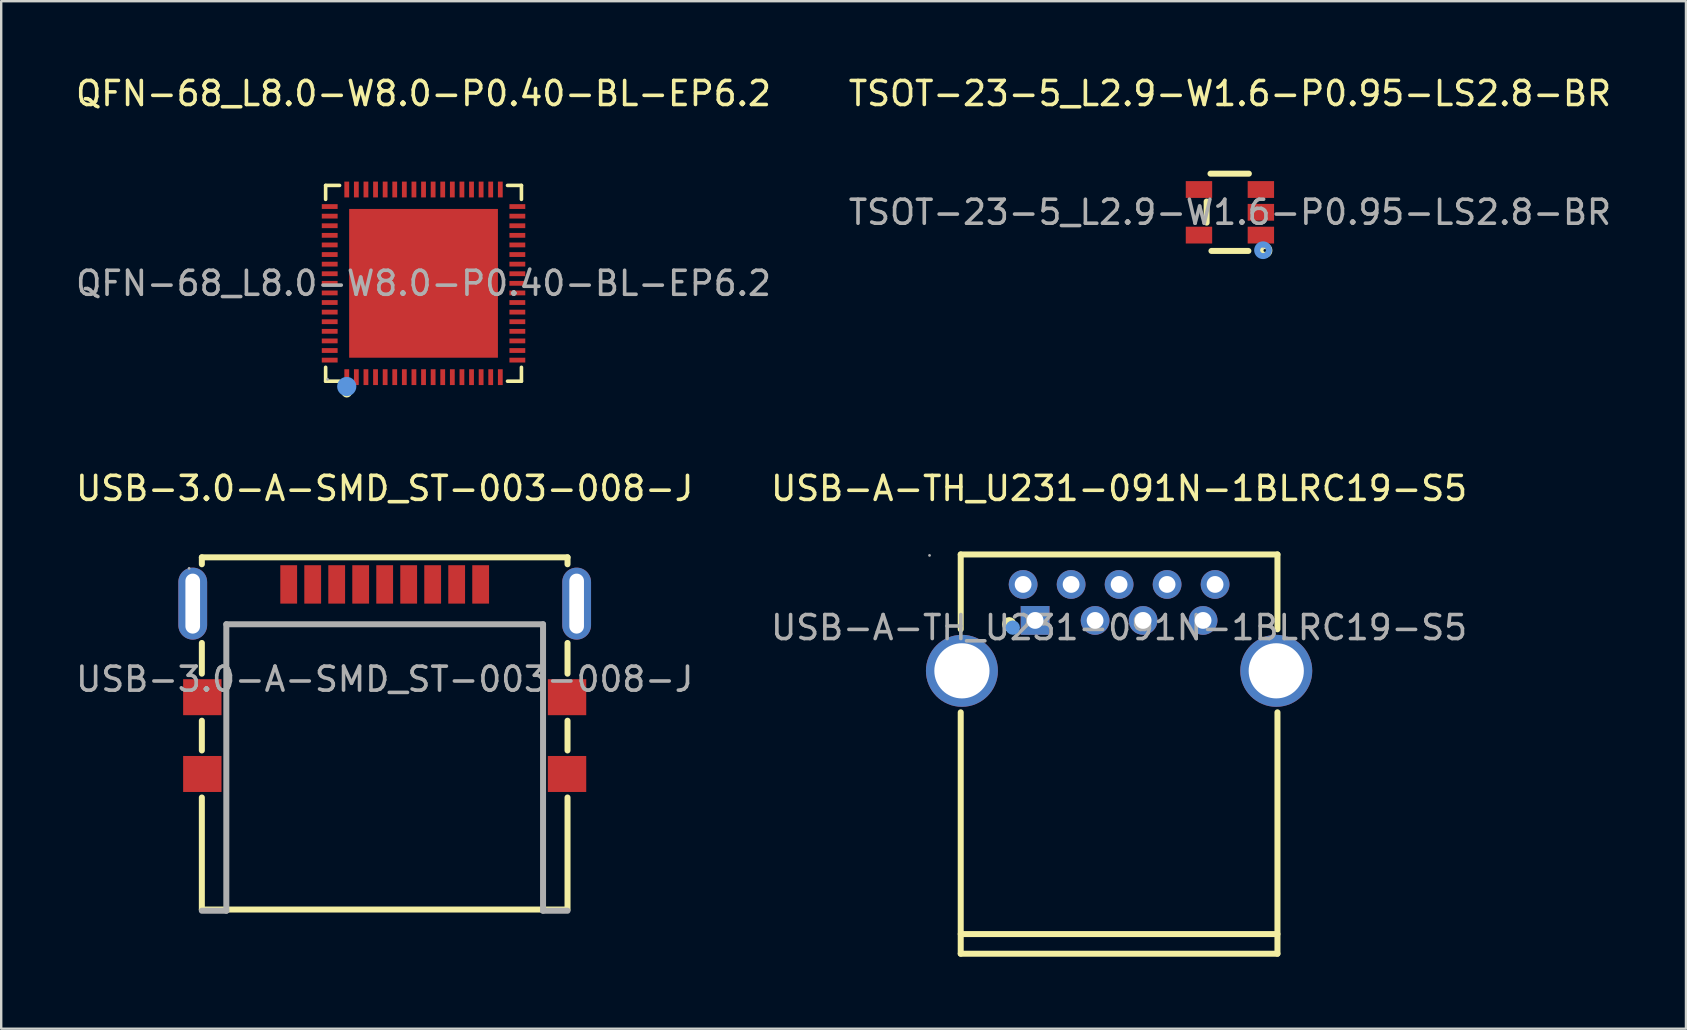
<source format=kicad_pcb>
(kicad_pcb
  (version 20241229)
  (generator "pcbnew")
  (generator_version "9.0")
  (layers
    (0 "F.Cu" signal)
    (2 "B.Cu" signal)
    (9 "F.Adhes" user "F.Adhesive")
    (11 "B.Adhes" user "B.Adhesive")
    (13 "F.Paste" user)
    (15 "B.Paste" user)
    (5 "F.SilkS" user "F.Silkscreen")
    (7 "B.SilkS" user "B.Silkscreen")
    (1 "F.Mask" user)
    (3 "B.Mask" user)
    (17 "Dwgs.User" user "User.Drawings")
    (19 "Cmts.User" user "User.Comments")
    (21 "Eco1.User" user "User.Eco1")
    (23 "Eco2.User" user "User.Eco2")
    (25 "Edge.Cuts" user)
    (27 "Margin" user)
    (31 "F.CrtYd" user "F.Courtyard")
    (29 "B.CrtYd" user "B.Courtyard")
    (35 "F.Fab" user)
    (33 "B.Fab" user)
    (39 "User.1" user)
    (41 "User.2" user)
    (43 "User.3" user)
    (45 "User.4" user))
  (footprint "QFN-68_L8.0-W8.0-P0.40-BL-EP6.2"
    (layer "F.Cu")
    (at 14.601 8.758)
    (property "Reference" "QFN-68_L8.0-W8.0-P0.40-BL-EP6.2" (at 0 -7.91 0) (layer "F.SilkS") (effects (font (size 1 1) (thickness 0.15))))
    (attr smd)
    (fp_line (start -4.08 -4.08) (end -3.5 -4.08) (stroke (width 0.15) (type solid)) (layer "F.SilkS"))
    (fp_line (start -4.08 -3.5) (end -4.08 -4.08) (stroke (width 0.15) (type solid)) (layer "F.SilkS"))
    (fp_line (start -4.08 3.5) (end -4.08 4.08) (stroke (width 0.15) (type solid)) (layer "F.SilkS"))
    (fp_line (start -4.08 4.08) (end -3.5 4.08) (stroke (width 0.15) (type solid)) (layer "F.SilkS"))
    (fp_line (start 4.08 -4.08) (end 3.5 -4.08) (stroke (width 0.15) (type solid)) (layer "F.SilkS"))
    (fp_line (start 4.08 -3.5) (end 4.08 -4.08) (stroke (width 0.15) (type solid)) (layer "F.SilkS"))
    (fp_line (start 4.08 3.5) (end 4.08 4.08) (stroke (width 0.15) (type solid)) (layer "F.SilkS"))
    (fp_line (start 4.08 4.08) (end 3.5 4.08) (stroke (width 0.15) (type solid)) (layer "F.SilkS"))
    (fp_circle (center -3.2 4.54) (end -3.13 4.54) (stroke (width 0.15) (type solid)) (fill no) (layer "F.SilkS"))
    (fp_circle (center -3.2 4.3) (end -3 4.3) (stroke (width 0.4) (type solid)) (fill no) (layer "Cmts.User"))
    (fp_circle (center -4 4) (end -3.97 4) (stroke (width 0.06) (type solid)) (fill no) (layer "F.Fab"))
    (fp_text user "${REFERENCE}" (at 0 0 0) (layer "F.Fab") (effects (font (size 1 1) (thickness 0.15))))
    (pad "1" smd rect (at -3.2 3.91) (size 0.2 0.66) (layers "F.Cu" "F.Mask" "F.Paste"))
    (pad "2" smd rect (at -2.8 3.91) (size 0.2 0.66) (layers "F.Cu" "F.Mask" "F.Paste"))
    (pad "3" smd rect (at -2.4 3.91) (size 0.2 0.66) (layers "F.Cu" "F.Mask" "F.Paste"))
    (pad "4" smd rect (at -2 3.91) (size 0.2 0.66) (layers "F.Cu" "F.Mask" "F.Paste"))
    (pad "5" smd rect (at -1.6 3.91) (size 0.2 0.66) (layers "F.Cu" "F.Mask" "F.Paste"))
    (pad "6" smd rect (at -1.2 3.91) (size 0.2 0.66) (layers "F.Cu" "F.Mask" "F.Paste"))
    (pad "7" smd rect (at -0.8 3.91) (size 0.2 0.66) (layers "F.Cu" "F.Mask" "F.Paste"))
    (pad "8" smd rect (at -0.4 3.91) (size 0.2 0.66) (layers "F.Cu" "F.Mask" "F.Paste"))
    (pad "9" smd rect (at 0 3.91) (size 0.2 0.66) (layers "F.Cu" "F.Mask" "F.Paste"))
    (pad "10" smd rect (at 0.4 3.91) (size 0.2 0.66) (layers "F.Cu" "F.Mask" "F.Paste"))
    (pad "11" smd rect (at 0.8 3.91) (size 0.2 0.66) (layers "F.Cu" "F.Mask" "F.Paste"))
    (pad "12" smd rect (at 1.2 3.91) (size 0.2 0.66) (layers "F.Cu" "F.Mask" "F.Paste"))
    (pad "13" smd rect (at 1.6 3.91) (size 0.2 0.66) (layers "F.Cu" "F.Mask" "F.Paste"))
    (pad "14" smd rect (at 2 3.91) (size 0.2 0.66) (layers "F.Cu" "F.Mask" "F.Paste"))
    (pad "15" smd rect (at 2.4 3.91) (size 0.2 0.66) (layers "F.Cu" "F.Mask" "F.Paste"))
    (pad "16" smd rect (at 2.8 3.91) (size 0.2 0.66) (layers "F.Cu" "F.Mask" "F.Paste"))
    (pad "17" smd rect (at 3.2 3.91) (size 0.2 0.66) (layers "F.Cu" "F.Mask" "F.Paste"))
    (pad "18" smd rect (at 3.91 3.2) (size 0.66 0.2) (layers "F.Cu" "F.Mask" "F.Paste"))
    (pad "19" smd rect (at 3.91 2.8) (size 0.66 0.2) (layers "F.Cu" "F.Mask" "F.Paste"))
    (pad "20" smd rect (at 3.91 2.4) (size 0.66 0.2) (layers "F.Cu" "F.Mask" "F.Paste"))
    (pad "21" smd rect (at 3.91 2) (size 0.66 0.2) (layers "F.Cu" "F.Mask" "F.Paste"))
    (pad "22" smd rect (at 3.91 1.6) (size 0.66 0.2) (layers "F.Cu" "F.Mask" "F.Paste"))
    (pad "23" smd rect (at 3.91 1.2) (size 0.66 0.2) (layers "F.Cu" "F.Mask" "F.Paste"))
    (pad "24" smd rect (at 3.91 0.8) (size 0.66 0.2) (layers "F.Cu" "F.Mask" "F.Paste"))
    (pad "25" smd rect (at 3.91 0.4) (size 0.66 0.2) (layers "F.Cu" "F.Mask" "F.Paste"))
    (pad "26" smd rect (at 3.91 0) (size 0.66 0.2) (layers "F.Cu" "F.Mask" "F.Paste"))
    (pad "27" smd rect (at 3.91 -0.4) (size 0.66 0.2) (layers "F.Cu" "F.Mask" "F.Paste"))
    (pad "28" smd rect (at 3.91 -0.8) (size 0.66 0.2) (layers "F.Cu" "F.Mask" "F.Paste"))
    (pad "29" smd rect (at 3.91 -1.2) (size 0.66 0.2) (layers "F.Cu" "F.Mask" "F.Paste"))
    (pad "30" smd rect (at 3.91 -1.6) (size 0.66 0.2) (layers "F.Cu" "F.Mask" "F.Paste"))
    (pad "31" smd rect (at 3.91 -2) (size 0.66 0.2) (layers "F.Cu" "F.Mask" "F.Paste"))
    (pad "32" smd rect (at 3.91 -2.4) (size 0.66 0.2) (layers "F.Cu" "F.Mask" "F.Paste"))
    (pad "33" smd rect (at 3.91 -2.8) (size 0.66 0.2) (layers "F.Cu" "F.Mask" "F.Paste"))
    (pad "34" smd rect (at 3.91 -3.2) (size 0.66 0.2) (layers "F.Cu" "F.Mask" "F.Paste"))
    (pad "35" smd rect (at 3.2 -3.91) (size 0.2 0.66) (layers "F.Cu" "F.Mask" "F.Paste"))
    (pad "36" smd rect (at 2.8 -3.91) (size 0.2 0.66) (layers "F.Cu" "F.Mask" "F.Paste"))
    (pad "37" smd rect (at 2.4 -3.91) (size 0.2 0.66) (layers "F.Cu" "F.Mask" "F.Paste"))
    (pad "38" smd rect (at 2 -3.91) (size 0.2 0.66) (layers "F.Cu" "F.Mask" "F.Paste"))
    (pad "39" smd rect (at 1.6 -3.91) (size 0.2 0.66) (layers "F.Cu" "F.Mask" "F.Paste"))
    (pad "40" smd rect (at 1.2 -3.91) (size 0.2 0.66) (layers "F.Cu" "F.Mask" "F.Paste"))
    (pad "41" smd rect (at 0.8 -3.91) (size 0.2 0.66) (layers "F.Cu" "F.Mask" "F.Paste"))
    (pad "42" smd rect (at 0.4 -3.91) (size 0.2 0.66) (layers "F.Cu" "F.Mask" "F.Paste"))
    (pad "43" smd rect (at 0 -3.91) (size 0.2 0.66) (layers "F.Cu" "F.Mask" "F.Paste"))
    (pad "44" smd rect (at -0.4 -3.91) (size 0.2 0.66) (layers "F.Cu" "F.Mask" "F.Paste"))
    (pad "45" smd rect (at -0.8 -3.91) (size 0.2 0.66) (layers "F.Cu" "F.Mask" "F.Paste"))
    (pad "46" smd rect (at -1.2 -3.91) (size 0.2 0.66) (layers "F.Cu" "F.Mask" "F.Paste"))
    (pad "47" smd rect (at -1.6 -3.91) (size 0.2 0.66) (layers "F.Cu" "F.Mask" "F.Paste"))
    (pad "48" smd rect (at -2 -3.91) (size 0.2 0.66) (layers "F.Cu" "F.Mask" "F.Paste"))
    (pad "49" smd rect (at -2.4 -3.91) (size 0.2 0.66) (layers "F.Cu" "F.Mask" "F.Paste"))
    (pad "50" smd rect (at -2.8 -3.91) (size 0.2 0.66) (layers "F.Cu" "F.Mask" "F.Paste"))
    (pad "51" smd rect (at -3.2 -3.91) (size 0.2 0.66) (layers "F.Cu" "F.Mask" "F.Paste"))
    (pad "52" smd rect (at -3.91 -3.2) (size 0.66 0.2) (layers "F.Cu" "F.Mask" "F.Paste"))
    (pad "53" smd rect (at -3.91 -2.8) (size 0.66 0.2) (layers "F.Cu" "F.Mask" "F.Paste"))
    (pad "54" smd rect (at -3.91 -2.4) (size 0.66 0.2) (layers "F.Cu" "F.Mask" "F.Paste"))
    (pad "55" smd rect (at -3.91 -2) (size 0.66 0.2) (layers "F.Cu" "F.Mask" "F.Paste"))
    (pad "56" smd rect (at -3.91 -1.6) (size 0.66 0.2) (layers "F.Cu" "F.Mask" "F.Paste"))
    (pad "57" smd rect (at -3.91 -1.2) (size 0.66 0.2) (layers "F.Cu" "F.Mask" "F.Paste"))
    (pad "58" smd rect (at -3.91 -0.8) (size 0.66 0.2) (layers "F.Cu" "F.Mask" "F.Paste"))
    (pad "59" smd rect (at -3.91 -0.4) (size 0.66 0.2) (layers "F.Cu" "F.Mask" "F.Paste"))
    (pad "60" smd rect (at -3.91 0) (size 0.66 0.2) (layers "F.Cu" "F.Mask" "F.Paste"))
    (pad "61" smd rect (at -3.91 0.4) (size 0.66 0.2) (layers "F.Cu" "F.Mask" "F.Paste"))
    (pad "62" smd rect (at -3.91 0.8) (size 0.66 0.2) (layers "F.Cu" "F.Mask" "F.Paste"))
    (pad "63" smd rect (at -3.91 1.2) (size 0.66 0.2) (layers "F.Cu" "F.Mask" "F.Paste"))
    (pad "64" smd rect (at -3.91 1.6) (size 0.66 0.2) (layers "F.Cu" "F.Mask" "F.Paste"))
    (pad "65" smd rect (at -3.91 2) (size 0.66 0.2) (layers "F.Cu" "F.Mask" "F.Paste"))
    (pad "66" smd rect (at -3.91 2.4) (size 0.66 0.2) (layers "F.Cu" "F.Mask" "F.Paste"))
    (pad "67" smd rect (at -3.91 2.8) (size 0.66 0.2) (layers "F.Cu" "F.Mask" "F.Paste"))
    (pad "68" smd rect (at -3.91 3.2) (size 0.66 0.2) (layers "F.Cu" "F.Mask" "F.Paste"))
    (pad "69" smd rect (at 0 0) (size 6.2 6.2) (layers "F.Cu" "F.Mask" "F.Paste")))
  (footprint "USB-A-TH_U231-091N-1BLRC19-S5"
    (layer "F.Cu")
    (at 43.589 23.107)
    (property "Reference" "USB-A-TH_U231-091N-1BLRC19-S5" (at 0 -5.8 0) (layer "F.SilkS") (effects (font (size 1 1) (thickness 0.15))))
    (attr through_hole)
    (fp_line (start -6.6 -3.05) (end 6.6 -3.05) (stroke (width 0.25) (type solid)) (layer "F.SilkS"))
    (fp_line (start -6.6 0.07) (end -6.6 -3.05) (stroke (width 0.25) (type solid)) (layer "F.SilkS"))
    (fp_line (start -6.6 12.77) (end 6.6 12.77) (stroke (width 0.25) (type solid)) (layer "F.SilkS"))
    (fp_line (start -6.6 13.59) (end -6.6 3.53) (stroke (width 0.25) (type solid)) (layer "F.SilkS"))
    (fp_line (start 6.6 -3.05) (end 6.6 0.07) (stroke (width 0.25) (type solid)) (layer "F.SilkS"))
    (fp_line (start 6.6 3.53) (end 6.6 13.59) (stroke (width 0.25) (type solid)) (layer "F.SilkS"))
    (fp_line (start 6.6 13.59) (end -6.6 13.59) (stroke (width 0.25) (type solid)) (layer "F.SilkS"))
    (fp_circle (center -4.58 -0.14) (end -4.43 -0.14) (stroke (width 0.3) (type solid)) (fill no) (layer "F.SilkS"))
    (fp_circle (center -4.43 0) (end -4.28 0) (stroke (width 0.3) (type solid)) (fill no) (layer "Cmts.User"))
    (fp_circle (center -7.9 -3.01) (end -7.87 -3.01) (stroke (width 0.06) (type solid)) (fill no) (layer "F.Fab"))
    (fp_text user "${REFERENCE}" (at 0 0 0) (layer "F.Fab") (effects (font (size 1 1) (thickness 0.15))))
    (pad "1" thru_hole rect (at -3.5 -0.3) (size 1.2 1.2) (drill 0.7) (layers "*.Cu" "*.Mask"))
    (pad "2" thru_hole circle (at -1 -0.3) (size 1.2 1.2) (drill 0.7) (layers "*.Cu" "*.Mask"))
    (pad "3" thru_hole circle (at 1 -0.3) (size 1.2 1.2) (drill 0.7) (layers "*.Cu" "*.Mask"))
    (pad "4" thru_hole circle (at 3.5 -0.3) (size 1.2 1.2) (drill 0.7) (layers "*.Cu" "*.Mask"))
    (pad "5" thru_hole circle (at 4 -1.8) (size 1.2 1.2) (drill 0.7) (layers "*.Cu" "*.Mask"))
    (pad "6" thru_hole circle (at 2 -1.8) (size 1.2 1.2) (drill 0.7) (layers "*.Cu" "*.Mask"))
    (pad "7" thru_hole circle (at 0 -1.8) (size 1.2 1.2) (drill 0.7) (layers "*.Cu" "*.Mask"))
    (pad "8" thru_hole circle (at -2 -1.8) (size 1.2 1.2) (drill 0.7) (layers "*.Cu" "*.Mask"))
    (pad "9" thru_hole circle (at -4 -1.8) (size 1.2 1.2) (drill 0.7) (layers "*.Cu" "*.Mask"))
    (pad "10" thru_hole circle (at -6.55 1.8) (size 3 3) (drill 2.3) (layers "*.Cu" "*.Mask"))
    (pad "11" thru_hole circle (at 6.55 1.8) (size 3 3) (drill 2.3) (layers "*.Cu" "*.Mask")))
  (footprint "USB-3.0-A-SMD_ST-003-008-J"
    (layer "F.Cu")
    (at 12.982 25.256)
    (property "Reference" "USB-3.0-A-SMD_ST-003-008-J" (at 0 -7.95 0) (layer "F.SilkS") (effects (font (size 1 1) (thickness 0.15))))
    (attr smd)
    (fp_line (start -7.62 -5.08) (end -7.62 -4.79) (stroke (width 0.25) (type solid)) (layer "F.SilkS"))
    (fp_line (start -7.62 -1.51) (end -7.62 -0.23) (stroke (width 0.25) (type solid)) (layer "F.SilkS"))
    (fp_line (start -7.62 1.73) (end -7.62 2.97) (stroke (width 0.25) (type solid)) (layer "F.SilkS"))
    (fp_line (start -7.62 4.93) (end -7.62 9.6) (stroke (width 0.25) (type solid)) (layer "F.SilkS"))
    (fp_line (start -7.62 9.6) (end 7.6 9.6) (stroke (width 0.25) (type solid)) (layer "F.SilkS"))
    (fp_line (start 7.62 -5.08) (end -7.62 -5.08) (stroke (width 0.25) (type solid)) (layer "F.SilkS"))
    (fp_line (start 7.62 -4.79) (end 7.62 -5.08) (stroke (width 0.25) (type solid)) (layer "F.SilkS"))
    (fp_line (start 7.62 -0.23) (end 7.62 -1.51) (stroke (width 0.25) (type solid)) (layer "F.SilkS"))
    (fp_line (start 7.62 2.97) (end 7.62 1.73) (stroke (width 0.25) (type solid)) (layer "F.SilkS"))
    (fp_line (start 7.62 4.93) (end 7.62 9.6) (stroke (width 0.25) (type solid)) (layer "F.SilkS"))
    (fp_line (start -7.62 9.65) (end -6.6 9.65) (stroke (width 0.25) (type solid)) (layer "F.Fab"))
    (fp_line (start -6.6 -2.29) (end 6.6 -2.29) (stroke (width 0.25) (type solid)) (layer "F.Fab"))
    (fp_line (start -6.6 9.65) (end -6.6 -2.29) (stroke (width 0.25) (type solid)) (layer "F.Fab"))
    (fp_line (start 6.6 -2.29) (end 6.6 9.65) (stroke (width 0.25) (type solid)) (layer "F.Fab"))
    (fp_line (start 6.6 9.65) (end 7.62 9.65) (stroke (width 0.25) (type solid)) (layer "F.Fab"))
    (fp_circle (center -8.15 -4.62) (end -8.12 -4.62) (stroke (width 0.06) (type solid)) (fill no) (layer "F.Fab"))
    (fp_text user "${REFERENCE}" (at 0 0 0) (layer "F.Fab") (effects (font (size 1 1) (thickness 0.15))))
    (pad "1" smd rect (at -3 -3.95) (size 0.7 1.6) (layers "F.Cu" "F.Mask" "F.Paste"))
    (pad "2" smd rect (at -1 -3.95) (size 0.7 1.6) (layers "F.Cu" "F.Mask" "F.Paste"))
    (pad "3" smd rect (at 1 -3.95) (size 0.7 1.6) (layers "F.Cu" "F.Mask" "F.Paste"))
    (pad "4" smd rect (at 3 -3.95) (size 0.7 1.6) (layers "F.Cu" "F.Mask" "F.Paste"))
    (pad "5" smd rect (at 4 -3.95) (size 0.7 1.6) (layers "F.Cu" "F.Mask" "F.Paste"))
    (pad "6" smd rect (at 2 -3.95) (size 0.7 1.6) (layers "F.Cu" "F.Mask" "F.Paste"))
    (pad "7" smd rect (at 0 -3.95) (size 0.7 1.6) (layers "F.Cu" "F.Mask" "F.Paste"))
    (pad "8" smd rect (at -2 -3.95) (size 0.7 1.6) (layers "F.Cu" "F.Mask" "F.Paste"))
    (pad "9" smd rect (at -4 -3.95) (size 0.7 1.6) (layers "F.Cu" "F.Mask" "F.Paste"))
    (pad "10" thru_hole oval (at -8 -3.15) (size 1.2 3) (drill oval 0.61 2.5) (layers "*.Cu" "*.Mask"))
    (pad "10" smd rect (at -7.6 0.75) (size 1.6 1.5) (layers "F.Cu" "F.Mask" "F.Paste"))
    (pad "10" smd rect (at -7.6 3.95) (size 1.6 1.5) (layers "F.Cu" "F.Mask" "F.Paste"))
    (pad "10" smd rect (at 7.6 0.75) (size 1.6 1.5) (layers "F.Cu" "F.Mask" "F.Paste"))
    (pad "10" smd rect (at 7.6 3.95) (size 1.6 1.5) (layers "F.Cu" "F.Mask" "F.Paste"))
    (pad "10" thru_hole oval (at 8 -3.15) (size 1.2 3) (drill oval 0.61 2.5) (layers "*.Cu" "*.Mask")))
  (footprint "TSOT-23-5_L2.9-W1.6-P0.95-LS2.8-BR"
    (layer "F.Cu")
    (at 48.208 5.798)
    (property "Reference" "TSOT-23-5_L2.9-W1.6-P0.95-LS2.8-BR" (at 0 -4.95 0) (layer "F.SilkS") (effects (font (size 1 1) (thickness 0.15))))
    (attr smd)
    (fp_line (start -0.97 0.43) (end -0.97 -0.45) (stroke (width 0.25) (type solid)) (layer "F.SilkS"))
    (fp_line (start -0.81 -1.61) (end 0.79 -1.61) (stroke (width 0.25) (type solid)) (layer "F.SilkS"))
    (fp_line (start -0.77 1.61) (end 0.77 1.61) (stroke (width 0.25) (type solid)) (layer "F.SilkS"))
    (fp_circle (center 1.46 1.59) (end 1.52 1.59) (stroke (width 0.25) (type solid)) (fill no) (layer "F.SilkS"))
    (fp_circle (center 1.38 1.58) (end 1.5 1.58) (stroke (width 0.25) (type solid)) (fill no) (layer "Cmts.User"))
    (fp_circle (center 1.4 1.45) (end 1.43 1.45) (stroke (width 0.06) (type solid)) (fill no) (layer "F.Fab"))
    (fp_text user "${REFERENCE}" (at 0 0 0) (layer "F.Fab") (effects (font (size 1 1) (thickness 0.15))))
    (pad "1" smd rect (at 1.29 0.95) (size 1.1 0.7) (layers "F.Cu" "F.Mask" "F.Paste"))
    (pad "2" smd rect (at 1.29 0) (size 1.1 0.7) (layers "F.Cu" "F.Mask" "F.Paste"))
    (pad "3" smd rect (at 1.29 -0.95) (size 1.1 0.7) (layers "F.Cu" "F.Mask" "F.Paste"))
    (pad "4" smd rect (at -1.29 -0.95 180) (size 1.1 0.7) (layers "F.Cu" "F.Mask" "F.Paste"))
    (pad "5" smd rect (at -1.29 0.95 180) (size 1.1 0.7) (layers "F.Cu" "F.Mask" "F.Paste")))
  (gr_rect
    (start -3 -3)
    (end 67.214 39.822)
    (stroke (width 0.1) (type default))
    (fill no)
    (layer "Edge.Cuts")))
</source>
